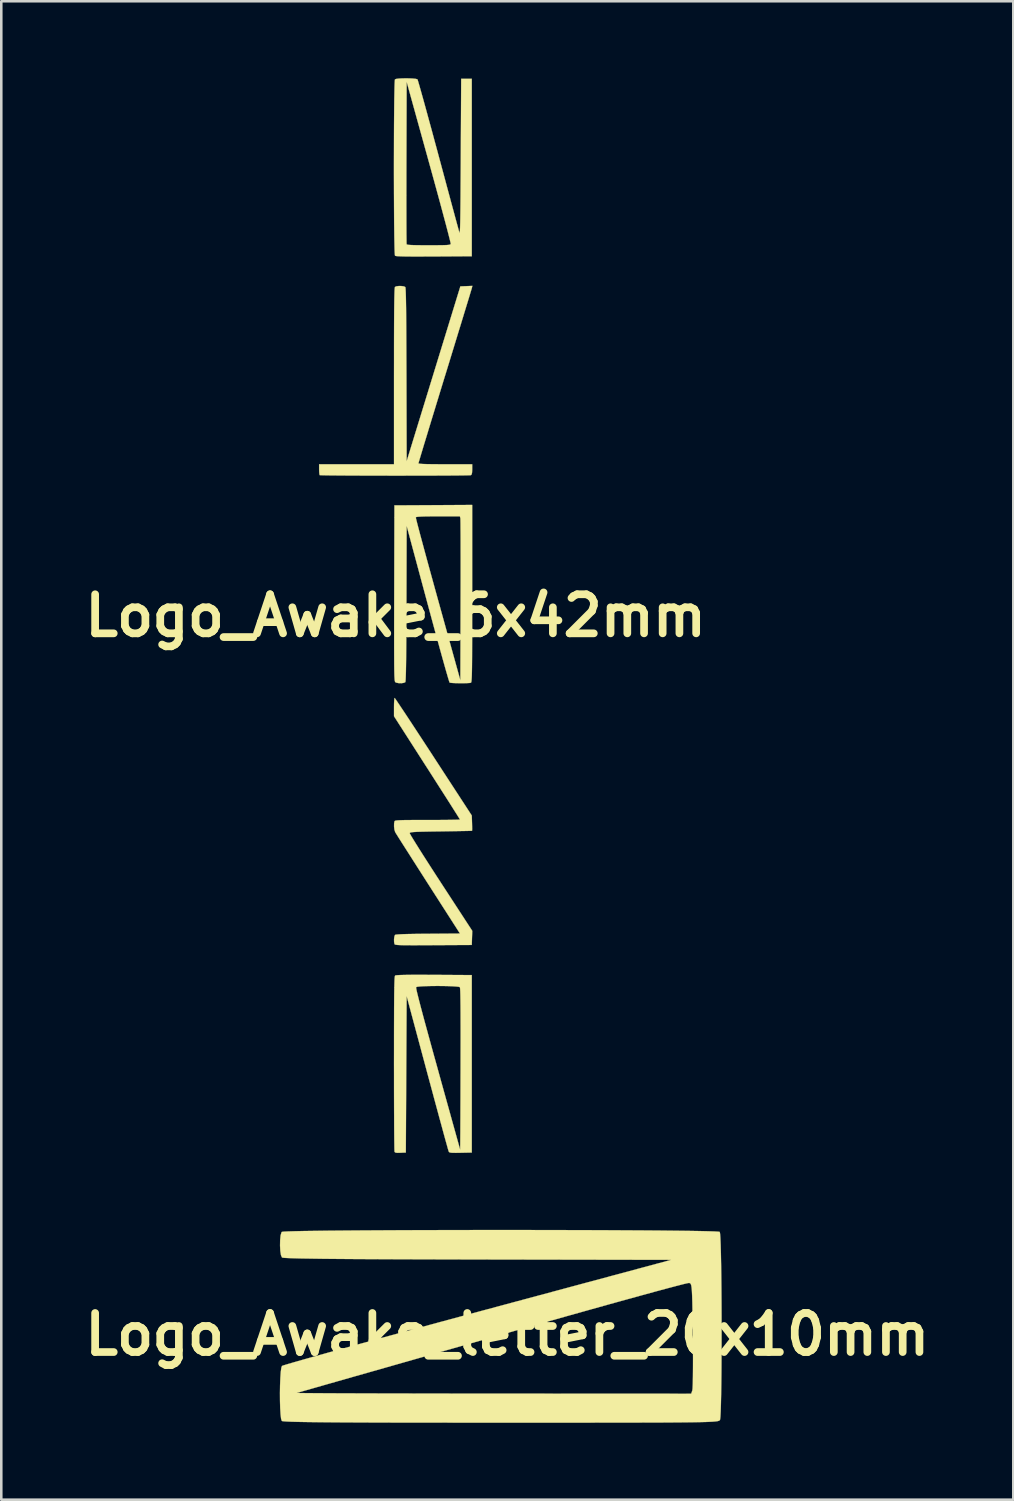
<source format=kicad_pcb>
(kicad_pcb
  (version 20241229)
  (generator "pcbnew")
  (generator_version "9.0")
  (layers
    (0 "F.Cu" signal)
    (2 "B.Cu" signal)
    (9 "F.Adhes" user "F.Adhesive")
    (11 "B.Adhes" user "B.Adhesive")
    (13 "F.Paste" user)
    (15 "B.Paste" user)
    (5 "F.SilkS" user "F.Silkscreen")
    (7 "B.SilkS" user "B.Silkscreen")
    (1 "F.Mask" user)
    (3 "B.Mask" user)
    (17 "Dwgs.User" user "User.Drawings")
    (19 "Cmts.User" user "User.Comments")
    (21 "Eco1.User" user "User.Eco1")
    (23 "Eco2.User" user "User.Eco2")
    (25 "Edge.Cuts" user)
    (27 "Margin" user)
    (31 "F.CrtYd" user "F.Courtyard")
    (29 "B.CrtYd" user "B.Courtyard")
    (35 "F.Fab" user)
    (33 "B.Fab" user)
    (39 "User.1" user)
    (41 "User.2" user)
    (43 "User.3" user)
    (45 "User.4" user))
  (footprint "Logo_Awake_6x42mm"
    (layer "F.Cu")
    (at 12.381 20.962)
    (property "Reference" "Logo_Awake_6x42mm" (at 0 0 0) (layer "F.SilkS") (effects (font (size 1.524 1.524) (thickness 0.3))))
    (attr through_hole)
    (fp_poly (pts (xy 2.97 -12.773) (xy 2.958 -12.731) (xy 2.928 -12.633) (xy 2.883 -12.482) (xy 2.822 -12.282) (xy 2.747 -12.037) (xy 2.66 -11.752) (xy 2.562 -11.43) (xy 2.453 -11.076) (xy 2.336 -10.693) (xy 2.211 -10.285) (xy 2.08 -9.857) (xy 1.943 -9.411) (xy 1.918 -9.332) (xy 1.781 -8.885) (xy 1.65 -8.456) (xy 1.525 -8.047) (xy 1.407 -7.662) (xy 1.299 -7.307) (xy 1.201 -6.983) (xy 1.113 -6.696) (xy 1.039 -6.45) (xy 0.978 -6.247) (xy 0.932 -6.093) (xy 0.902 -5.991) (xy 0.889 -5.945) (xy 0.889 -5.942) (xy 0.907 -5.932) (xy 0.964 -5.923) (xy 1.064 -5.916) (xy 1.212 -5.911) (xy 1.411 -5.908) (xy 1.665 -5.906) (xy 1.937 -5.905) (xy 2.985 -5.905) (xy 2.985 -5.703) (xy 2.98 -5.583) (xy 2.966 -5.514) (xy 2.939 -5.483) (xy 2.934 -5.48) (xy 2.895 -5.477) (xy 2.798 -5.474) (xy 2.648 -5.471) (xy 2.452 -5.469) (xy 2.215 -5.467) (xy 1.942 -5.465) (xy 1.638 -5.464) (xy 1.309 -5.463) (xy 0.96 -5.462) (xy 0.597 -5.462) (xy 0.225 -5.461) (xy -0.15 -5.461) (xy -0.524 -5.462) (xy -0.89 -5.462) (xy -1.243 -5.463) (xy -1.578 -5.465) (xy -1.889 -5.466) (xy -2.172 -5.468) (xy -2.419 -5.47) (xy -2.627 -5.472) (xy -2.79 -5.475) (xy -2.902 -5.478) (xy -2.958 -5.481) (xy -2.963 -5.482) (xy -2.974 -5.523) (xy -2.982 -5.608) (xy -2.985 -5.704) (xy -2.985 -5.905) (xy -0.064 -5.905) (xy -0.064 -9.344) (xy -0.063 -9.915) (xy -0.063 -10.426) (xy -0.062 -10.879) (xy -0.061 -11.276) (xy -0.059 -11.621) (xy -0.057 -11.916) (xy -0.054 -12.164) (xy -0.051 -12.368) (xy -0.047 -12.53) (xy -0.043 -12.654) (xy -0.038 -12.742) (xy -0.032 -12.796) (xy -0.026 -12.82) (xy -0.025 -12.821) (xy 0.032 -12.846) (xy 0.126 -12.857) (xy 0.231 -12.856) (xy 0.323 -12.842) (xy 0.377 -12.816) (xy 0.377 -12.816) (xy 0.383 -12.788) (xy 0.389 -12.718) (xy 0.394 -12.604) (xy 0.399 -12.444) (xy 0.403 -12.236) (xy 0.407 -11.978) (xy 0.41 -11.668) (xy 0.413 -11.305) (xy 0.415 -10.885) (xy 0.417 -10.408) (xy 0.419 -9.87) (xy 0.421 -9.397) (xy 0.429 -6.022) (xy 2.524 -12.843) (xy 2.758 -12.852) (xy 2.992 -12.862) (xy 2.97 -12.773)) (stroke (width 0.01) (type solid)) (fill yes) (layer "F.SilkS"))
    (fp_poly (pts (xy 2.985 -0.861) (xy 2.984 -0.315) (xy 2.984 0.171) (xy 2.984 0.601) (xy 2.983 0.978) (xy 2.982 1.304) (xy 2.981 1.585) (xy 2.979 1.823) (xy 2.977 2.022) (xy 2.974 2.185) (xy 2.971 2.315) (xy 2.967 2.417) (xy 2.962 2.494) (xy 2.957 2.548) (xy 2.951 2.584) (xy 2.944 2.605) (xy 2.936 2.615) (xy 2.934 2.616) (xy 2.879 2.625) (xy 2.779 2.631) (xy 2.649 2.634) (xy 2.505 2.634) (xy 2.363 2.632) (xy 2.239 2.627) (xy 2.147 2.619) (xy 2.105 2.61) (xy 2.092 2.577) (xy 2.063 2.486) (xy 2.021 2.343) (xy 1.965 2.15) (xy 1.898 1.913) (xy 1.82 1.635) (xy 1.733 1.321) (xy 1.638 0.975) (xy 1.535 0.601) (xy 1.427 0.202) (xy 1.314 -0.215) (xy 1.248 -0.459) (xy 0.429 -3.505) (xy 0.421 -0.478) (xy 0.419 0.078) (xy 0.417 0.572) (xy 0.414 1.006) (xy 0.411 1.383) (xy 0.408 1.705) (xy 0.404 1.974) (xy 0.4 2.192) (xy 0.395 2.36) (xy 0.39 2.481) (xy 0.384 2.558) (xy 0.378 2.591) (xy 0.377 2.593) (xy 0.321 2.62) (xy 0.229 2.633) (xy 0.124 2.632) (xy 0.032 2.615) (xy -0.01 2.596) (xy -0.019 2.586) (xy -0.026 2.569) (xy -0.033 2.54) (xy -0.039 2.497) (xy -0.043 2.435) (xy -0.048 2.351) (xy -0.051 2.242) (xy -0.054 2.104) (xy -0.056 1.932) (xy -0.057 1.725) (xy -0.058 1.478) (xy -0.059 1.188) (xy -0.059 0.851) (xy -0.059 0.464) (xy -0.058 0.023) (xy -0.057 -0.475) (xy -0.056 -0.873) (xy -0.049 -3.834) (xy 0.785 -3.834) (xy 0.792 -3.798) (xy 0.814 -3.706) (xy 0.851 -3.56) (xy 0.902 -3.366) (xy 0.965 -3.127) (xy 1.041 -2.847) (xy 1.126 -2.531) (xy 1.221 -2.182) (xy 1.324 -1.805) (xy 1.435 -1.403) (xy 1.551 -0.981) (xy 1.647 -0.635) (xy 2.524 2.524) (xy 2.533 -0.603) (xy 2.534 -1.045) (xy 2.535 -1.469) (xy 2.535 -1.872) (xy 2.535 -2.249) (xy 2.534 -2.595) (xy 2.534 -2.907) (xy 2.533 -3.179) (xy 2.531 -3.408) (xy 2.53 -3.589) (xy 2.528 -3.718) (xy 2.526 -3.789) (xy 2.524 -3.802) (xy 2.507 -3.873) (xy 1.654 -3.873) (xy 1.384 -3.873) (xy 1.172 -3.871) (xy 1.013 -3.866) (xy 0.9 -3.86) (xy 0.828 -3.852) (xy 0.792 -3.841) (xy 0.785 -3.834) (xy -0.049 -3.834) (xy -0.048 -4.302) (xy 1.468 -4.31) (xy 2.985 -4.319) (xy 2.985 -0.861)) (stroke (width 0.01) (type solid)) (fill yes) (layer "F.SilkS"))
    (fp_poly (pts (xy -0.019 3.235) (xy 0.033 3.31) (xy 0.115 3.432) (xy 0.224 3.595) (xy 0.358 3.796) (xy 0.513 4.03) (xy 0.687 4.295) (xy 0.878 4.587) (xy 1.084 4.901) (xy 1.301 5.233) (xy 1.476 5.502) (xy 2.969 7.795) (xy 2.979 8.088) (xy 2.982 8.217) (xy 2.983 8.319) (xy 2.981 8.379) (xy 2.979 8.389) (xy 2.946 8.391) (xy 2.856 8.394) (xy 2.717 8.397) (xy 2.536 8.4) (xy 2.319 8.404) (xy 2.073 8.408) (xy 1.805 8.412) (xy 1.763 8.413) (xy 1.451 8.417) (xy 1.198 8.422) (xy 0.996 8.426) (xy 0.841 8.431) (xy 0.725 8.437) (xy 0.644 8.444) (xy 0.592 8.452) (xy 0.562 8.463) (xy 0.549 8.475) (xy 0.547 8.48) (xy 0.562 8.515) (xy 0.609 8.598) (xy 0.686 8.725) (xy 0.79 8.893) (xy 0.917 9.096) (xy 1.065 9.33) (xy 1.232 9.591) (xy 1.414 9.874) (xy 1.609 10.176) (xy 1.762 10.411) (xy 2.987 12.291) (xy 2.978 12.567) (xy 2.969 12.843) (xy 1.472 12.851) (xy 1.122 12.853) (xy 0.831 12.854) (xy 0.593 12.854) (xy 0.402 12.853) (xy 0.254 12.851) (xy 0.142 12.847) (xy 0.062 12.842) (xy 0.009 12.835) (xy -0.023 12.827) (xy -0.04 12.816) (xy -0.044 12.809) (xy -0.061 12.727) (xy -0.063 12.625) (xy -0.052 12.528) (xy -0.03 12.461) (xy -0.021 12.45) (xy 0.019 12.44) (xy 0.114 12.431) (xy 0.264 12.423) (xy 0.472 12.417) (xy 0.74 12.412) (xy 1.069 12.408) (xy 1.265 12.407) (xy 2.509 12.398) (xy 1.267 10.462) (xy 1.063 10.143) (xy 0.868 9.838) (xy 0.685 9.551) (xy 0.517 9.287) (xy 0.366 9.051) (xy 0.236 8.847) (xy 0.13 8.679) (xy 0.05 8.552) (xy -0.001 8.47) (xy -0.019 8.439) (xy -0.048 8.346) (xy -0.062 8.222) (xy -0.06 8.1) (xy -0.044 8.019) (xy -0.034 8.007) (xy -0.01 7.996) (xy 0.034 7.988) (xy 0.103 7.982) (xy 0.204 7.977) (xy 0.341 7.973) (xy 0.521 7.971) (xy 0.749 7.97) (xy 1.031 7.969) (xy 1.242 7.969) (xy 1.518 7.969) (xy 1.774 7.968) (xy 2.002 7.966) (xy 2.196 7.963) (xy 2.349 7.96) (xy 2.454 7.957) (xy 2.505 7.953) (xy 2.508 7.951) (xy 2.492 7.922) (xy 2.443 7.844) (xy 2.366 7.721) (xy 2.262 7.557) (xy 2.135 7.356) (xy 1.986 7.122) (xy 1.819 6.861) (xy 1.636 6.575) (xy 1.441 6.269) (xy 1.235 5.947) (xy 1.222 5.928) (xy -0.064 3.922) (xy -0.064 3.565) (xy -0.062 3.423) (xy -0.056 3.308) (xy -0.048 3.232) (xy -0.04 3.208) (xy -0.019 3.235)) (stroke (width 0.01) (type solid)) (fill yes) (layer "F.SilkS"))
    (fp_poly (pts (xy 1.202 14.008) (xy 1.496 14.009) (xy 2.969 14.018) (xy 2.969 20.939) (xy 2.534 20.948) (xy 2.358 20.951) (xy 2.235 20.95) (xy 2.155 20.945) (xy 2.107 20.934) (xy 2.081 20.917) (xy 2.071 20.9) (xy 2.058 20.862) (xy 2.031 20.767) (xy 1.99 20.619) (xy 1.935 20.422) (xy 1.869 20.182) (xy 1.793 19.901) (xy 1.706 19.584) (xy 1.612 19.235) (xy 1.51 18.86) (xy 1.403 18.461) (xy 1.29 18.043) (xy 1.235 17.839) (xy 0.429 14.835) (xy 0.397 20.939) (xy 0.186 20.948) (xy 0.068 20.951) (xy -0.001 20.943) (xy -0.035 20.921) (xy -0.044 20.906) (xy -0.046 20.868) (xy -0.049 20.771) (xy -0.051 20.618) (xy -0.054 20.415) (xy -0.056 20.164) (xy -0.058 19.872) (xy -0.059 19.541) (xy -0.061 19.175) (xy -0.062 18.78) (xy -0.063 18.36) (xy -0.063 17.917) (xy -0.064 17.464) (xy -0.063 16.914) (xy -0.063 16.425) (xy -0.062 15.992) (xy -0.061 15.613) (xy -0.06 15.285) (xy -0.058 15.003) (xy -0.056 14.765) (xy -0.053 14.567) (xy -0.052 14.512) (xy 0.798 14.512) (xy 0.808 14.573) (xy 0.829 14.672) (xy 0.863 14.811) (xy 0.909 14.994) (xy 0.968 15.221) (xy 1.041 15.496) (xy 1.128 15.821) (xy 1.231 16.197) (xy 1.349 16.628) (xy 1.483 17.115) (xy 1.635 17.661) (xy 1.637 17.669) (xy 1.757 18.103) (xy 1.872 18.518) (xy 1.982 18.913) (xy 2.085 19.282) (xy 2.179 19.621) (xy 2.264 19.927) (xy 2.339 20.195) (xy 2.402 20.421) (xy 2.452 20.601) (xy 2.489 20.732) (xy 2.51 20.808) (xy 2.516 20.827) (xy 2.517 20.799) (xy 2.518 20.711) (xy 2.52 20.568) (xy 2.521 20.374) (xy 2.523 20.134) (xy 2.524 19.851) (xy 2.526 19.53) (xy 2.527 19.175) (xy 2.529 18.791) (xy 2.53 18.382) (xy 2.531 17.951) (xy 2.532 17.688) (xy 2.533 17.127) (xy 2.534 16.628) (xy 2.534 16.187) (xy 2.533 15.803) (xy 2.532 15.473) (xy 2.53 15.195) (xy 2.527 14.967) (xy 2.524 14.786) (xy 2.52 14.65) (xy 2.515 14.556) (xy 2.509 14.503) (xy 2.505 14.489) (xy 2.462 14.475) (xy 2.366 14.464) (xy 2.228 14.455) (xy 2.058 14.448) (xy 1.867 14.444) (xy 1.664 14.442) (xy 1.461 14.443) (xy 1.267 14.447) (xy 1.094 14.452) (xy 0.952 14.461) (xy 0.851 14.472) (xy 0.801 14.485) (xy 0.799 14.487) (xy 0.798 14.512) (xy -0.052 14.512) (xy -0.05 14.407) (xy -0.046 14.28) (xy -0.042 14.183) (xy -0.037 14.114) (xy -0.031 14.069) (xy -0.024 14.044) (xy -0.02 14.037) (xy 0.012 14.028) (xy 0.086 14.021) (xy 0.206 14.015) (xy 0.375 14.011) (xy 0.595 14.008) (xy 0.869 14.007) (xy 1.202 14.008)) (stroke (width 0.01) (type solid)) (fill yes) (layer "F.SilkS"))
    (fp_poly (pts (xy 0.54 -20.955) (xy 0.674 -20.948) (xy 0.78 -20.937) (xy 0.843 -20.921) (xy 0.851 -20.915) (xy 0.864 -20.879) (xy 0.892 -20.786) (xy 0.934 -20.64) (xy 0.989 -20.446) (xy 1.056 -20.208) (xy 1.133 -19.93) (xy 1.219 -19.617) (xy 1.313 -19.272) (xy 1.415 -18.901) (xy 1.521 -18.507) (xy 1.633 -18.095) (xy 1.662 -17.986) (xy 1.775 -17.567) (xy 1.884 -17.163) (xy 1.987 -16.779) (xy 2.084 -16.42) (xy 2.173 -16.089) (xy 2.254 -15.791) (xy 2.324 -15.531) (xy 2.383 -15.314) (xy 2.43 -15.143) (xy 2.462 -15.024) (xy 2.48 -14.96) (xy 2.482 -14.954) (xy 2.489 -14.937) (xy 2.495 -14.939) (xy 2.501 -14.964) (xy 2.506 -15.014) (xy 2.511 -15.093) (xy 2.515 -15.204) (xy 2.519 -15.351) (xy 2.522 -15.536) (xy 2.525 -15.764) (xy 2.528 -16.038) (xy 2.531 -16.36) (xy 2.533 -16.735) (xy 2.536 -17.165) (xy 2.539 -17.654) (xy 2.54 -17.875) (xy 2.556 -20.939) (xy 2.969 -20.939) (xy 2.969 -14.018) (xy 1.491 -14.009) (xy 1.124 -14.008) (xy 0.817 -14.007) (xy 0.564 -14.008) (xy 0.363 -14.01) (xy 0.208 -14.014) (xy 0.096 -14.019) (xy 0.022 -14.026) (xy -0.017 -14.035) (xy -0.025 -14.04) (xy -0.031 -14.077) (xy -0.037 -14.173) (xy -0.043 -14.322) (xy -0.047 -14.52) (xy -0.052 -14.761) (xy -0.055 -15.041) (xy -0.059 -15.353) (xy -0.061 -15.694) (xy -0.063 -16.029) (xy 0.418 -16.029) (xy 0.419 -15.684) (xy 0.419 -15.373) (xy 0.42 -15.102) (xy 0.421 -14.875) (xy 0.423 -14.696) (xy 0.424 -14.569) (xy 0.426 -14.499) (xy 0.427 -14.486) (xy 0.447 -14.473) (xy 0.5 -14.463) (xy 0.591 -14.456) (xy 0.726 -14.451) (xy 0.91 -14.448) (xy 1.15 -14.446) (xy 1.286 -14.446) (xy 1.542 -14.447) (xy 1.741 -14.448) (xy 1.891 -14.451) (xy 1.999 -14.455) (xy 2.072 -14.462) (xy 2.116 -14.472) (xy 2.14 -14.485) (xy 2.149 -14.497) (xy 2.143 -14.534) (xy 2.122 -14.628) (xy 2.085 -14.775) (xy 2.035 -14.971) (xy 1.972 -15.212) (xy 1.897 -15.492) (xy 1.812 -15.81) (xy 1.718 -16.159) (xy 1.615 -16.537) (xy 1.505 -16.938) (xy 1.389 -17.36) (xy 1.299 -17.686) (xy 0.429 -20.824) (xy 0.42 -17.675) (xy 0.419 -17.232) (xy 0.419 -16.808) (xy 0.418 -16.405) (xy 0.418 -16.029) (xy -0.063 -16.029) (xy -0.063 -16.058) (xy -0.065 -16.44) (xy -0.066 -16.835) (xy -0.067 -17.238) (xy -0.067 -17.645) (xy -0.066 -18.049) (xy -0.065 -18.446) (xy -0.064 -18.83) (xy -0.062 -19.198) (xy -0.059 -19.543) (xy -0.056 -19.861) (xy -0.053 -20.147) (xy -0.048 -20.396) (xy -0.044 -20.602) (xy -0.039 -20.76) (xy -0.033 -20.866) (xy -0.027 -20.915) (xy -0.025 -20.917) (xy 0.023 -20.934) (xy 0.119 -20.947) (xy 0.247 -20.954) (xy 0.393 -20.957) (xy 0.54 -20.955)) (stroke (width 0.01) (type solid)) (fill yes) (layer "F.SilkS")))
  (footprint "Logo_Awake_letter_20x10mm"
    (layer "F.Cu")
    (at 16.735 48.993)
    (property "Reference" "Logo_Awake_letter_20x10mm" (at 0 0 0) (layer "F.SilkS") (effects (font (size 1.524 1.524) (thickness 0.3))))
    (attr through_hole)
    (fp_poly (pts (xy 0.653 -4.07) (xy 1.497 -4.069) (xy 2.324 -4.067) (xy 3.129 -4.065) (xy 3.902 -4.062) (xy 4.638 -4.058) (xy 5.328 -4.054) (xy 5.964 -4.049) (xy 6.539 -4.043) (xy 7.046 -4.037) (xy 7.476 -4.03) (xy 7.823 -4.022) (xy 8.079 -4.014) (xy 8.236 -4.005) (xy 8.286 -3.996) (xy 8.299 -3.928) (xy 8.311 -3.758) (xy 8.322 -3.499) (xy 8.331 -3.162) (xy 8.339 -2.758) (xy 8.346 -2.3) (xy 8.351 -1.799) (xy 8.355 -1.267) (xy 8.357 -0.715) (xy 8.358 -0.155) (xy 8.357 0.401) (xy 8.355 0.942) (xy 8.352 1.457) (xy 8.347 1.932) (xy 8.34 2.357) (xy 8.332 2.721) (xy 8.323 3.011) (xy 8.312 3.215) (xy 8.299 3.323) (xy 8.295 3.334) (xy 8.286 3.349) (xy 8.269 3.362) (xy 8.24 3.374) (xy 8.194 3.385) (xy 8.126 3.394) (xy 8.029 3.403) (xy 7.899 3.41) (xy 7.729 3.417) (xy 7.516 3.422) (xy 7.253 3.427) (xy 6.936 3.431) (xy 6.558 3.434) (xy 6.114 3.437) (xy 5.6 3.439) (xy 5.01 3.44) (xy 4.337 3.441) (xy 3.578 3.442) (xy 2.726 3.443) (xy 1.777 3.443) (xy 0.725 3.443) (xy -0.245 3.443) (xy -1.448 3.443) (xy -2.542 3.442) (xy -3.532 3.441) (xy -4.421 3.44) (xy -5.214 3.438) (xy -5.916 3.435) (xy -6.529 3.432) (xy -7.059 3.428) (xy -7.51 3.423) (xy -7.885 3.418) (xy -8.19 3.412) (xy -8.427 3.406) (xy -8.602 3.398) (xy -8.719 3.39) (xy -8.781 3.381) (xy -8.794 3.375) (xy -8.822 3.292) (xy -8.842 3.119) (xy -8.857 2.878) (xy -8.865 2.594) (xy -8.867 2.287) (xy -8.867 2.284) (xy -8.213 2.284) (xy -8.164 2.287) (xy -8.009 2.289) (xy -7.754 2.292) (xy -7.405 2.294) (xy -6.969 2.297) (xy -6.452 2.299) (xy -5.861 2.301) (xy -5.201 2.303) (xy -4.48 2.305) (xy -3.703 2.306) (xy -2.878 2.307) (xy -2.01 2.309) (xy -1.106 2.309) (xy -0.549 2.31) (xy 7.171 2.314) (xy 7.217 2.187) (xy 7.227 2.103) (xy 7.235 1.919) (xy 7.24 1.65) (xy 7.243 1.309) (xy 7.244 0.91) (xy 7.241 0.467) (xy 7.237 0.042) (xy 7.23 -0.488) (xy 7.223 -0.917) (xy 7.217 -1.254) (xy 7.209 -1.512) (xy 7.2 -1.701) (xy 7.188 -1.833) (xy 7.173 -1.918) (xy 7.154 -1.968) (xy 7.13 -1.993) (xy 7.1 -2.005) (xy 7.09 -2.007) (xy 7.021 -1.996) (xy 6.849 -1.955) (xy 6.579 -1.885) (xy 6.216 -1.789) (xy 5.766 -1.668) (xy 5.234 -1.522) (xy 4.625 -1.354) (xy 3.945 -1.166) (xy 3.199 -0.957) (xy 2.392 -0.731) (xy 1.53 -0.488) (xy 0.618 -0.231) (xy -0.339 0.041) (xy -0.593 0.113) (xy -1.491 0.368) (xy -2.36 0.615) (xy -3.192 0.852) (xy -3.983 1.077) (xy -4.725 1.289) (xy -5.413 1.485) (xy -6.041 1.663) (xy -6.601 1.823) (xy -7.088 1.962) (xy -7.496 2.079) (xy -7.818 2.171) (xy -8.049 2.237) (xy -8.182 2.275) (xy -8.213 2.284) (xy -8.867 2.284) (xy -8.862 1.982) (xy -8.851 1.701) (xy -8.835 1.467) (xy -8.812 1.302) (xy -8.787 1.232) (xy -8.724 1.208) (xy -8.559 1.158) (xy -8.297 1.081) (xy -7.945 0.981) (xy -7.509 0.858) (xy -6.995 0.715) (xy -6.41 0.553) (xy -5.76 0.375) (xy -5.052 0.18) (xy -4.29 -0.027) (xy -3.483 -0.247) (xy -2.636 -0.476) (xy -1.755 -0.714) (xy -1.157 -0.875) (xy 6.397 -2.907) (xy -1.156 -2.921) (xy -2.328 -2.924) (xy -3.389 -2.927) (xy -4.345 -2.93) (xy -5.197 -2.934) (xy -5.95 -2.938) (xy -6.606 -2.943) (xy -7.169 -2.948) (xy -7.642 -2.955) (xy -8.029 -2.961) (xy -8.333 -2.969) (xy -8.556 -2.977) (xy -8.703 -2.985) (xy -8.776 -2.995) (xy -8.786 -2.999) (xy -8.826 -3.088) (xy -8.852 -3.254) (xy -8.863 -3.461) (xy -8.859 -3.675) (xy -8.841 -3.859) (xy -8.806 -3.979) (xy -8.794 -3.996) (xy -8.729 -4.006) (xy -8.559 -4.015) (xy -8.29 -4.023) (xy -7.932 -4.031) (xy -7.491 -4.037) (xy -6.975 -4.044) (xy -6.391 -4.049) (xy -5.748 -4.054) (xy -5.052 -4.058) (xy -4.311 -4.062) (xy -3.532 -4.065) (xy -2.724 -4.067) (xy -1.894 -4.069) (xy -1.05 -4.07) (xy -0.198 -4.07) (xy 0.653 -4.07)) (stroke (width 0.01) (type solid)) (fill yes) (layer "F.SilkS")))
  (gr_rect
    (start -3 -3)
    (end 36.47 55.441)
    (stroke (width 0.1) (type default))
    (fill no)
    (layer "Edge.Cuts")))
</source>
